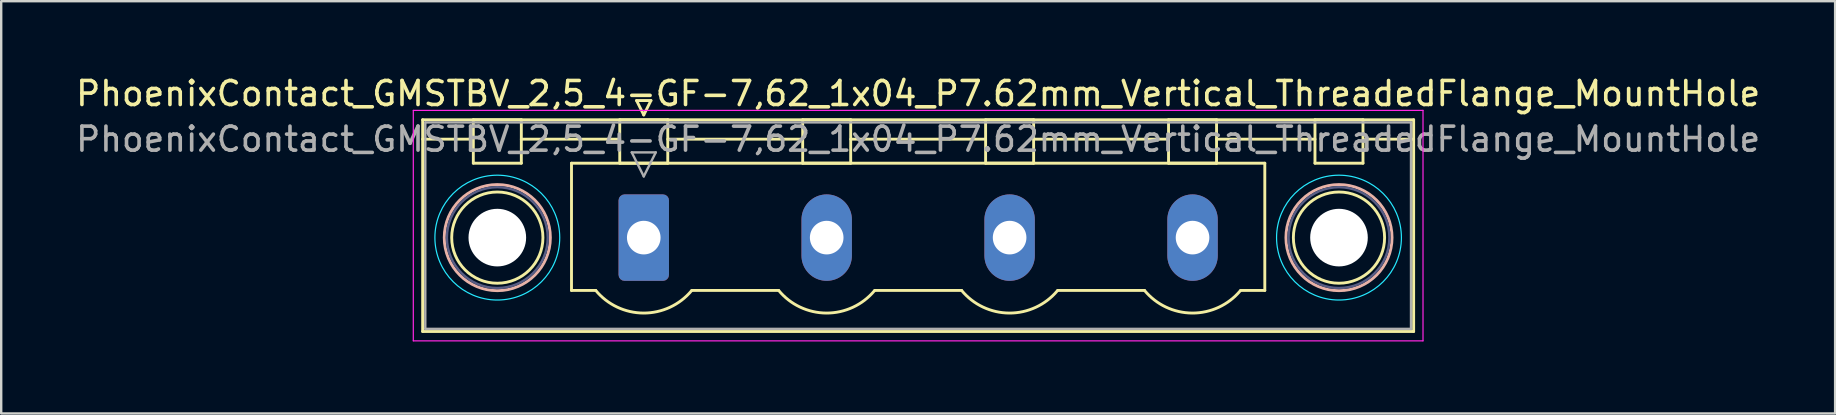
<source format=kicad_pcb>
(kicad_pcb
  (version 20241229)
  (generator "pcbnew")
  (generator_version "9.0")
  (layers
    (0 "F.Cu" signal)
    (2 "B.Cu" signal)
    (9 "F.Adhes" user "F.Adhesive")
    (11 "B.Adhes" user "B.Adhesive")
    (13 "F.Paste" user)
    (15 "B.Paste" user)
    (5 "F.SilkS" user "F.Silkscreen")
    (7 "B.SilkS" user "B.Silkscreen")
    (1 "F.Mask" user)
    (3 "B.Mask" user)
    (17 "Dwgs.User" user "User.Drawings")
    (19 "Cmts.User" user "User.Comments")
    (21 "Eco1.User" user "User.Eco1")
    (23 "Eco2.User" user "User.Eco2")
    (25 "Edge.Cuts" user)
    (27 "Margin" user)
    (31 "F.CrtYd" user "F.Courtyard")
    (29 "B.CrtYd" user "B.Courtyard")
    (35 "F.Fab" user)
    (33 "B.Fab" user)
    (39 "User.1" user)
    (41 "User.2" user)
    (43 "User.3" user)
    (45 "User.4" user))
  (footprint "PhoenixContact_GMSTBV_2,5_4-GF-7,62_1x04_P7.62mm_Vertical_ThreadedFlange_MountHole"
    (layer "F.Cu")
    (at 23.766 6.848)
    (property "Reference" "PhoenixContact_GMSTBV_2,5_4-GF-7,62_1x04_P7.62mm_Vertical_ThreadedFlange_MountHole" (at 11.43 -6 0) (layer "F.SilkS") (effects (font (size 1 1) (thickness 0.15))))
    (attr through_hole)
    (fp_line (start -9.21 -4.91) (end -9.21 3.91) (stroke (width 0.12) (type solid)) (layer "F.SilkS"))
    (fp_line (start -9.21 -4.1) (end -7.21 -4.1) (stroke (width 0.12) (type solid)) (layer "F.SilkS"))
    (fp_line (start -9.21 3.91) (end 32.07 3.91) (stroke (width 0.12) (type solid)) (layer "F.SilkS"))
    (fp_line (start -7.1 -4.91) (end -5.1 -4.91) (stroke (width 0.12) (type solid)) (layer "F.SilkS"))
    (fp_line (start -7.1 -3.1) (end -7.1 -4.91) (stroke (width 0.12) (type solid)) (layer "F.SilkS"))
    (fp_line (start -5.1 -4.91) (end -5.1 -3.1) (stroke (width 0.12) (type solid)) (layer "F.SilkS"))
    (fp_line (start -5.1 -4.1) (end -1 -4.1) (stroke (width 0.12) (type solid)) (layer "F.SilkS"))
    (fp_line (start -5.1 -3.1) (end -7.1 -3.1) (stroke (width 0.12) (type solid)) (layer "F.SilkS"))
    (fp_line (start -3.01 -3.1) (end 25.87 -3.1) (stroke (width 0.12) (type solid)) (layer "F.SilkS"))
    (fp_line (start -3.01 2.2) (end -3.01 -3.1) (stroke (width 0.12) (type solid)) (layer "F.SilkS"))
    (fp_line (start -2 2.2) (end -3.01 2.2) (stroke (width 0.12) (type solid)) (layer "F.SilkS"))
    (fp_line (start -1 -4.91) (end 1 -4.91) (stroke (width 0.12) (type solid)) (layer "F.SilkS"))
    (fp_line (start -1 -3.1) (end -1 -4.91) (stroke (width 0.12) (type solid)) (layer "F.SilkS"))
    (fp_line (start -0.3 -5.71) (end 0.3 -5.71) (stroke (width 0.12) (type solid)) (layer "F.SilkS"))
    (fp_line (start 0 -5.11) (end -0.3 -5.71) (stroke (width 0.12) (type solid)) (layer "F.SilkS"))
    (fp_line (start 0.3 -5.71) (end 0 -5.11) (stroke (width 0.12) (type solid)) (layer "F.SilkS"))
    (fp_line (start 1 -4.91) (end 1 -3.1) (stroke (width 0.12) (type solid)) (layer "F.SilkS"))
    (fp_line (start 1 -4.1) (end 6.62 -4.1) (stroke (width 0.12) (type solid)) (layer "F.SilkS"))
    (fp_line (start 1 -3.1) (end -1 -3.1) (stroke (width 0.12) (type solid)) (layer "F.SilkS"))
    (fp_line (start 2 2.2) (end 5.62 2.2) (stroke (width 0.12) (type solid)) (layer "F.SilkS"))
    (fp_line (start 6.62 -4.91) (end 8.62 -4.91) (stroke (width 0.12) (type solid)) (layer "F.SilkS"))
    (fp_line (start 6.62 -3.1) (end 6.62 -4.91) (stroke (width 0.12) (type solid)) (layer "F.SilkS"))
    (fp_line (start 8.62 -4.91) (end 8.62 -3.1) (stroke (width 0.12) (type solid)) (layer "F.SilkS"))
    (fp_line (start 8.62 -4.1) (end 14.24 -4.1) (stroke (width 0.12) (type solid)) (layer "F.SilkS"))
    (fp_line (start 8.62 -3.1) (end 6.62 -3.1) (stroke (width 0.12) (type solid)) (layer "F.SilkS"))
    (fp_line (start 9.62 2.2) (end 13.24 2.2) (stroke (width 0.12) (type solid)) (layer "F.SilkS"))
    (fp_line (start 14.24 -4.91) (end 16.24 -4.91) (stroke (width 0.12) (type solid)) (layer "F.SilkS"))
    (fp_line (start 14.24 -3.1) (end 14.24 -4.91) (stroke (width 0.12) (type solid)) (layer "F.SilkS"))
    (fp_line (start 16.24 -4.91) (end 16.24 -3.1) (stroke (width 0.12) (type solid)) (layer "F.SilkS"))
    (fp_line (start 16.24 -4.1) (end 21.86 -4.1) (stroke (width 0.12) (type solid)) (layer "F.SilkS"))
    (fp_line (start 16.24 -3.1) (end 14.24 -3.1) (stroke (width 0.12) (type solid)) (layer "F.SilkS"))
    (fp_line (start 17.24 2.2) (end 20.86 2.2) (stroke (width 0.12) (type solid)) (layer "F.SilkS"))
    (fp_line (start 21.86 -4.91) (end 23.86 -4.91) (stroke (width 0.12) (type solid)) (layer "F.SilkS"))
    (fp_line (start 21.86 -3.1) (end 21.86 -4.91) (stroke (width 0.12) (type solid)) (layer "F.SilkS"))
    (fp_line (start 23.86 -4.91) (end 23.86 -3.1) (stroke (width 0.12) (type solid)) (layer "F.SilkS"))
    (fp_line (start 23.86 -4.1) (end 27.96 -4.1) (stroke (width 0.12) (type solid)) (layer "F.SilkS"))
    (fp_line (start 23.86 -3.1) (end 21.86 -3.1) (stroke (width 0.12) (type solid)) (layer "F.SilkS"))
    (fp_line (start 25.87 -3.1) (end 25.87 2.2) (stroke (width 0.12) (type solid)) (layer "F.SilkS"))
    (fp_line (start 25.87 2.2) (end 24.86 2.2) (stroke (width 0.12) (type solid)) (layer "F.SilkS"))
    (fp_line (start 27.96 -4.91) (end 29.96 -4.91) (stroke (width 0.12) (type solid)) (layer "F.SilkS"))
    (fp_line (start 27.96 -3.1) (end 27.96 -4.91) (stroke (width 0.12) (type solid)) (layer "F.SilkS"))
    (fp_line (start 29.96 -4.91) (end 29.96 -3.1) (stroke (width 0.12) (type solid)) (layer "F.SilkS"))
    (fp_line (start 29.96 -3.1) (end 27.96 -3.1) (stroke (width 0.12) (type solid)) (layer "F.SilkS"))
    (fp_line (start 32.07 -4.91) (end -9.21 -4.91) (stroke (width 0.12) (type solid)) (layer "F.SilkS"))
    (fp_line (start 32.07 -4.1) (end 30.07 -4.1) (stroke (width 0.12) (type solid)) (layer "F.SilkS"))
    (fp_line (start 32.07 3.91) (end 32.07 -4.91) (stroke (width 0.12) (type solid)) (layer "F.SilkS"))
    (fp_arc (start 1.986842 2.215821) (mid -0.010289 3.142758) (end -2 2.2) (stroke (width 0.12) (type solid)) (layer "F.SilkS"))
    (fp_arc (start 9.606842 2.215821) (mid 7.609711 3.142758) (end 5.62 2.2) (stroke (width 0.12) (type solid)) (layer "F.SilkS"))
    (fp_arc (start 17.226842 2.215821) (mid 15.229711 3.142758) (end 13.24 2.2) (stroke (width 0.12) (type solid)) (layer "F.SilkS"))
    (fp_arc (start 24.846842 2.215821) (mid 22.849711 3.142758) (end 20.86 2.2) (stroke (width 0.12) (type solid)) (layer "F.SilkS"))
    (fp_circle (center -6.1 0) (end -4.2 0) (stroke (width 0.12) (type solid)) (fill no) (layer "F.SilkS"))
    (fp_circle (center 28.96 0) (end 30.86 0) (stroke (width 0.12) (type solid)) (fill no) (layer "F.SilkS"))
    (fp_circle (center -6.1 0) (end -3.89 0) (stroke (width 0.12) (type solid)) (fill no) (layer "B.SilkS"))
    (fp_circle (center 28.96 0) (end 31.17 0) (stroke (width 0.12) (type solid)) (fill no) (layer "B.SilkS"))
    (fp_circle (center -6.1 0) (end -3.5 0) (stroke (width 0.05) (type solid)) (fill no) (layer "B.CrtYd"))
    (fp_circle (center 28.96 0) (end 31.56 0) (stroke (width 0.05) (type solid)) (fill no) (layer "B.CrtYd"))
    (fp_line (start -9.6 -5.3) (end -9.6 4.3) (stroke (width 0.05) (type solid)) (layer "F.CrtYd"))
    (fp_line (start -9.6 4.3) (end 32.46 4.3) (stroke (width 0.05) (type solid)) (layer "F.CrtYd"))
    (fp_line (start 32.46 -5.3) (end -9.6 -5.3) (stroke (width 0.05) (type solid)) (layer "F.CrtYd"))
    (fp_line (start 32.46 4.3) (end 32.46 -5.3) (stroke (width 0.05) (type solid)) (layer "F.CrtYd"))
    (fp_circle (center -6.1 0) (end -4 0) (stroke (width 0.1) (type solid)) (fill no) (layer "B.Fab"))
    (fp_circle (center 28.96 0) (end 31.06 0) (stroke (width 0.1) (type solid)) (fill no) (layer "B.Fab"))
    (fp_line (start -9.1 -4.8) (end -9.1 3.8) (stroke (width 0.1) (type solid)) (layer "F.Fab"))
    (fp_line (start -9.1 3.8) (end 31.96 3.8) (stroke (width 0.1) (type solid)) (layer "F.Fab"))
    (fp_line (start -0.5 -3.55) (end 0.5 -3.55) (stroke (width 0.1) (type solid)) (layer "F.Fab"))
    (fp_line (start 0 -2.55) (end -0.5 -3.55) (stroke (width 0.1) (type solid)) (layer "F.Fab"))
    (fp_line (start 0.5 -3.55) (end 0 -2.55) (stroke (width 0.1) (type solid)) (layer "F.Fab"))
    (fp_line (start 31.96 -4.8) (end -9.1 -4.8) (stroke (width 0.1) (type solid)) (layer "F.Fab"))
    (fp_line (start 31.96 3.8) (end 31.96 -4.8) (stroke (width 0.1) (type solid)) (layer "F.Fab"))
    (fp_text user "${REFERENCE}" (at 11.43 -4.1 0) (layer "F.Fab") (effects (font (size 1 1) (thickness 0.15))))
    (pad "" np_thru_hole circle (at -6.1 0) (size 2.4 2.4) (drill 2.4) (layers "*.Cu" "*.Mask"))
    (pad "" np_thru_hole circle (at 28.96 0) (size 2.4 2.4) (drill 2.4) (layers "*.Cu" "*.Mask"))
    (pad "1" thru_hole roundrect (at 0 0) (size 2.1 3.6) (drill 1.4) (layers "*.Cu" "*.Mask") (roundrect_rratio 0.119))
    (pad "2" thru_hole oval (at 7.62 0) (size 2.1 3.6) (drill 1.4) (layers "*.Cu" "*.Mask"))
    (pad "3" thru_hole oval (at 15.24 0) (size 2.1 3.6) (drill 1.4) (layers "*.Cu" "*.Mask"))
    (pad "4" thru_hole oval (at 22.86 0) (size 2.1 3.6) (drill 1.4) (layers "*.Cu" "*.Mask")))
  (gr_rect
    (start -3 -3)
    (end 73.393 14.173)
    (stroke (width 0.1) (type default))
    (fill no)
    (layer "Edge.Cuts")))
</source>
